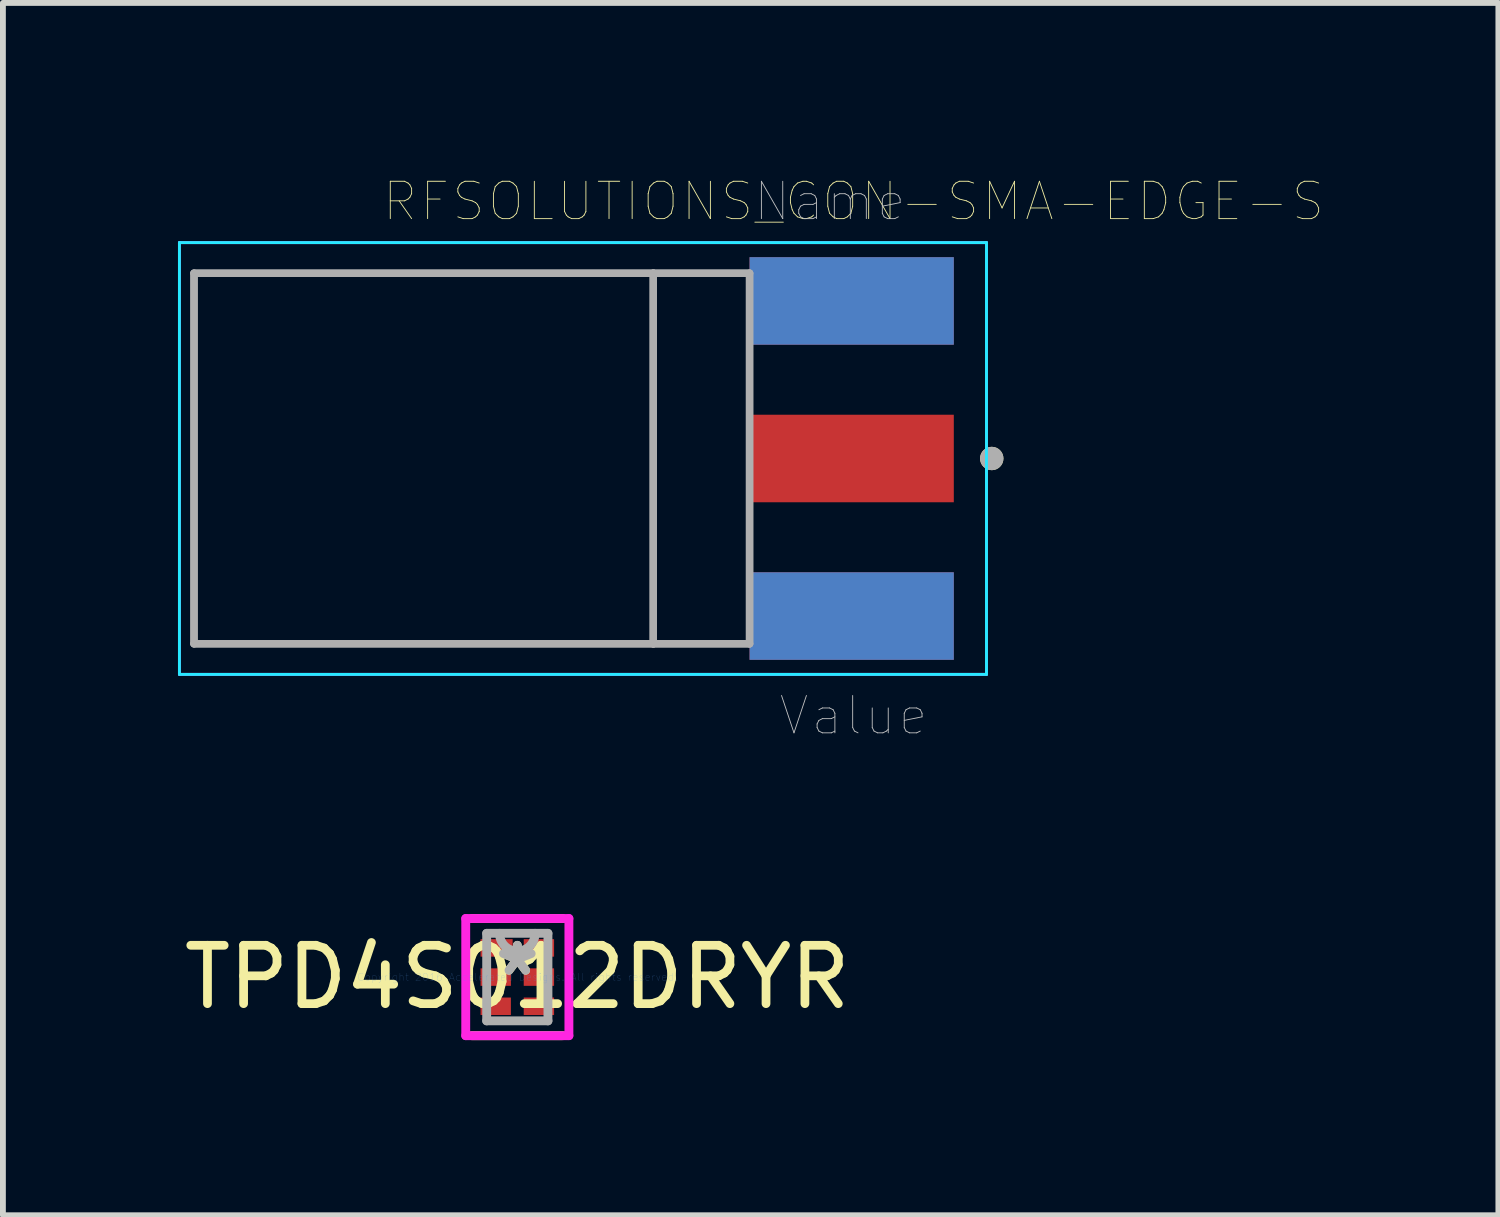
<source format=kicad_pcb>
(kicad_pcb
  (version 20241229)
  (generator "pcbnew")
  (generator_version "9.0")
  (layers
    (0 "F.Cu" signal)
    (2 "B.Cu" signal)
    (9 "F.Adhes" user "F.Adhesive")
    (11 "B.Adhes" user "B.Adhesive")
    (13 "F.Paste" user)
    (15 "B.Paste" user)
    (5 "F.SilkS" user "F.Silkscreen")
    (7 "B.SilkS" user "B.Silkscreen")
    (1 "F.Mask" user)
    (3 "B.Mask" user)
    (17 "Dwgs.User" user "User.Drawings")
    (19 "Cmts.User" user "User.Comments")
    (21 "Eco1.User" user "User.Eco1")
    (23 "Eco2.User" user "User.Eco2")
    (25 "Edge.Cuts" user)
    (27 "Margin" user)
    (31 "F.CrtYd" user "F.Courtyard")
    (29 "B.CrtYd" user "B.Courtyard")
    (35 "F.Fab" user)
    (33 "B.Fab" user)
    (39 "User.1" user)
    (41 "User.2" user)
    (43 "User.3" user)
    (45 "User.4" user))
  (footprint "TPD4S012DRYR"
    (layer "F.Cu")
    (at 5.815 13.694)
    (property "Reference" "TPD4S012DRYR" (at 0 0 0) (layer "F.SilkS") (effects (font (size 1 1) (thickness 0.15))))
    (attr through_hole)
    (fp_line (start -0.7 -0.72) (end -0.7 -0.28) (stroke (width 0.152) (type solid)) (layer "F.Mask"))
    (fp_line (start -0.7 -0.28) (end -0.04 -0.28) (stroke (width 0.152) (type solid)) (layer "F.Mask"))
    (fp_line (start -0.7 -0.22) (end -0.7 0.22) (stroke (width 0.152) (type solid)) (layer "F.Mask"))
    (fp_line (start -0.7 0.22) (end -0.04 0.22) (stroke (width 0.152) (type solid)) (layer "F.Mask"))
    (fp_line (start -0.7 0.28) (end -0.7 0.72) (stroke (width 0.152) (type solid)) (layer "F.Mask"))
    (fp_line (start -0.7 0.72) (end -0.04 0.72) (stroke (width 0.152) (type solid)) (layer "F.Mask"))
    (fp_line (start -0.04 -0.72) (end -0.7 -0.72) (stroke (width 0.152) (type solid)) (layer "F.Mask"))
    (fp_line (start -0.04 -0.28) (end -0.04 -0.72) (stroke (width 0.152) (type solid)) (layer "F.Mask"))
    (fp_line (start -0.04 -0.22) (end -0.7 -0.22) (stroke (width 0.152) (type solid)) (layer "F.Mask"))
    (fp_line (start -0.04 0.22) (end -0.04 -0.22) (stroke (width 0.152) (type solid)) (layer "F.Mask"))
    (fp_line (start -0.04 0.28) (end -0.7 0.28) (stroke (width 0.152) (type solid)) (layer "F.Mask"))
    (fp_line (start -0.04 0.72) (end -0.04 0.28) (stroke (width 0.152) (type solid)) (layer "F.Mask"))
    (fp_line (start 0.04 -0.72) (end 0.04 -0.28) (stroke (width 0.152) (type solid)) (layer "F.Mask"))
    (fp_line (start 0.04 -0.28) (end 0.7 -0.28) (stroke (width 0.152) (type solid)) (layer "F.Mask"))
    (fp_line (start 0.04 -0.22) (end 0.04 0.22) (stroke (width 0.152) (type solid)) (layer "F.Mask"))
    (fp_line (start 0.04 0.22) (end 0.7 0.22) (stroke (width 0.152) (type solid)) (layer "F.Mask"))
    (fp_line (start 0.04 0.28) (end 0.04 0.72) (stroke (width 0.152) (type solid)) (layer "F.Mask"))
    (fp_line (start 0.04 0.72) (end 0.7 0.72) (stroke (width 0.152) (type solid)) (layer "F.Mask"))
    (fp_line (start 0.7 -0.72) (end 0.04 -0.72) (stroke (width 0.152) (type solid)) (layer "F.Mask"))
    (fp_line (start 0.7 -0.28) (end 0.7 -0.72) (stroke (width 0.152) (type solid)) (layer "F.Mask"))
    (fp_line (start 0.7 -0.22) (end 0.04 -0.22) (stroke (width 0.152) (type solid)) (layer "F.Mask"))
    (fp_line (start 0.7 0.22) (end 0.7 -0.22) (stroke (width 0.152) (type solid)) (layer "F.Mask"))
    (fp_line (start 0.7 0.28) (end 0.04 0.28) (stroke (width 0.152) (type solid)) (layer "F.Mask"))
    (fp_line (start 0.7 0.72) (end 0.7 0.28) (stroke (width 0.152) (type solid)) (layer "F.Mask"))
    (fp_line (start -0.779 1.004) (end 0.779 1.004) (stroke (width 0.152) (type solid)) (layer "F.SilkS"))
    (fp_line (start 0.779 -1.004) (end -0.779 -1.004) (stroke (width 0.152) (type solid)) (layer "F.SilkS"))
    (fp_line (start -0.605 -0.625) (end -0.605 -0.375) (stroke (width 0.152) (type solid)) (layer "F.Paste"))
    (fp_line (start -0.605 -0.375) (end -0.105 -0.375) (stroke (width 0.152) (type solid)) (layer "F.Paste"))
    (fp_line (start -0.605 -0.125) (end -0.605 0.125) (stroke (width 0.152) (type solid)) (layer "F.Paste"))
    (fp_line (start -0.605 0.125) (end -0.135 0.125) (stroke (width 0.152) (type solid)) (layer "F.Paste"))
    (fp_line (start -0.605 0.375) (end -0.605 0.625) (stroke (width 0.152) (type solid)) (layer "F.Paste"))
    (fp_line (start -0.605 0.625) (end -0.135 0.625) (stroke (width 0.152) (type solid)) (layer "F.Paste"))
    (fp_line (start -0.135 -0.125) (end -0.605 -0.125) (stroke (width 0.152) (type solid)) (layer "F.Paste"))
    (fp_line (start -0.135 0.125) (end -0.135 -0.125) (stroke (width 0.152) (type solid)) (layer "F.Paste"))
    (fp_line (start -0.135 0.375) (end -0.605 0.375) (stroke (width 0.152) (type solid)) (layer "F.Paste"))
    (fp_line (start -0.135 0.625) (end -0.135 0.375) (stroke (width 0.152) (type solid)) (layer "F.Paste"))
    (fp_line (start -0.105 -0.625) (end -0.605 -0.625) (stroke (width 0.152) (type solid)) (layer "F.Paste"))
    (fp_line (start -0.105 -0.375) (end -0.105 -0.625) (stroke (width 0.152) (type solid)) (layer "F.Paste"))
    (fp_line (start 0.135 -0.625) (end 0.135 -0.375) (stroke (width 0.152) (type solid)) (layer "F.Paste"))
    (fp_line (start 0.135 -0.375) (end 0.605 -0.375) (stroke (width 0.152) (type solid)) (layer "F.Paste"))
    (fp_line (start 0.135 -0.125) (end 0.135 0.125) (stroke (width 0.152) (type solid)) (layer "F.Paste"))
    (fp_line (start 0.135 0.125) (end 0.605 0.125) (stroke (width 0.152) (type solid)) (layer "F.Paste"))
    (fp_line (start 0.135 0.375) (end 0.135 0.625) (stroke (width 0.152) (type solid)) (layer "F.Paste"))
    (fp_line (start 0.135 0.625) (end 0.605 0.625) (stroke (width 0.152) (type solid)) (layer "F.Paste"))
    (fp_line (start 0.605 -0.625) (end 0.135 -0.625) (stroke (width 0.152) (type solid)) (layer "F.Paste"))
    (fp_line (start 0.605 -0.375) (end 0.605 -0.625) (stroke (width 0.152) (type solid)) (layer "F.Paste"))
    (fp_line (start 0.605 -0.125) (end 0.135 -0.125) (stroke (width 0.152) (type solid)) (layer "F.Paste"))
    (fp_line (start 0.605 0.125) (end 0.605 -0.125) (stroke (width 0.152) (type solid)) (layer "F.Paste"))
    (fp_line (start 0.605 0.375) (end 0.135 0.375) (stroke (width 0.152) (type solid)) (layer "F.Paste"))
    (fp_line (start 0.605 0.625) (end 0.605 0.375) (stroke (width 0.152) (type solid)) (layer "F.Paste"))
    (fp_line (start -0.884 -1.004) (end 0.884 -1.004) (stroke (width 0.152) (type solid)) (layer "F.CrtYd"))
    (fp_line (start -0.884 1.004) (end -0.884 -1.004) (stroke (width 0.152) (type solid)) (layer "F.CrtYd"))
    (fp_line (start 0.884 -1.004) (end 0.884 1.004) (stroke (width 0.152) (type solid)) (layer "F.CrtYd"))
    (fp_line (start 0.884 1.004) (end -0.884 1.004) (stroke (width 0.152) (type solid)) (layer "F.CrtYd"))
    (fp_line (start -0.525 -0.75) (end -0.525 0.75) (stroke (width 0.152) (type solid)) (layer "F.Fab"))
    (fp_line (start -0.525 0.75) (end 0.525 0.75) (stroke (width 0.152) (type solid)) (layer "F.Fab"))
    (fp_line (start 0.525 -0.75) (end -0.525 -0.75) (stroke (width 0.152) (type solid)) (layer "F.Fab"))
    (fp_line (start 0.525 0.75) (end 0.525 -0.75) (stroke (width 0.152) (type solid)) (layer "F.Fab"))
    (fp_arc (start 0.3048 -0.75) (mid 0 -0.4452) (end -0.3048 -0.75) (stroke (width 0.1524) (type solid)) (layer "F.Fab"))
    (fp_text user "*" (at 0 0 0) (layer "F.SilkS") (effects (font (size 1 1) (thickness 0.15))))
    (fp_text user "Copyright 2016 Accelerated Designs. All rights reserved." (at 0 0 0) (layer "Cmts.User") (effects (font (size 0.127 0.127) (thickness 0.002))))
    (fp_text user "*" (at 0 0 0) (layer "F.Fab") (effects (font (size 1 1) (thickness 0.15))))
    (pad "1" smd rect (at -0.355 -0.5) (size 0.55 0.3) (layers "F.Cu" "F.Mask" "F.Paste"))
    (pad "2" smd rect (at -0.37 0) (size 0.52 0.3) (layers "F.Cu" "F.Mask" "F.Paste"))
    (pad "3" smd rect (at -0.37 0.5) (size 0.52 0.3) (layers "F.Cu" "F.Mask" "F.Paste"))
    (pad "4" smd rect (at 0.37 0.5) (size 0.52 0.3) (layers "F.Cu" "F.Mask" "F.Paste"))
    (pad "5" smd rect (at 0.37 0) (size 0.52 0.3) (layers "F.Cu" "F.Mask" "F.Paste"))
    (pad "6" smd rect (at 0.37 -0.5) (size 0.52 0.3) (layers "F.Cu" "F.Mask" "F.Paste")))
  (footprint "RFSOLUTIONS_CON-SMA-EDGE-S"
    (layer "F.Cu")
    (at 11.545 4.807)
    (property "Reference" "RFSOLUTIONS_CON-SMA-EDGE-S" (at 0.032 -4.406 0) (layer "F.SilkS") (effects (font (size 0.64 0.64) (thickness 0.015))))
    (attr through_hole)
    (fp_circle (center 2.4 0) (end 2.5 0) (stroke (width 0.2) (type solid)) (fill no) (layer "F.SilkS"))
    (fp_line (start -11.52 -3.7) (end -11.52 3.7) (stroke (width 0.05) (type solid)) (layer "B.CrtYd"))
    (fp_line (start -11.52 3.7) (end 2.31 3.7) (stroke (width 0.05) (type solid)) (layer "B.CrtYd"))
    (fp_line (start 2.31 -3.7) (end -11.52 -3.7) (stroke (width 0.05) (type solid)) (layer "B.CrtYd"))
    (fp_line (start 2.31 3.7) (end 2.31 -3.7) (stroke (width 0.05) (type solid)) (layer "B.CrtYd"))
    (fp_line (start -11.52 -3.7) (end 2.31 -3.7) (stroke (width 0.05) (type solid)) (layer "F.CrtYd"))
    (fp_line (start -11.52 3.7) (end -11.52 -3.7) (stroke (width 0.05) (type solid)) (layer "F.CrtYd"))
    (fp_line (start 2.31 -3.7) (end 2.31 3.7) (stroke (width 0.05) (type solid)) (layer "F.CrtYd"))
    (fp_line (start 2.31 3.7) (end -11.52 3.7) (stroke (width 0.05) (type solid)) (layer "F.CrtYd"))
    (fp_line (start -11.27 -3.175) (end -11.27 3.175) (stroke (width 0.127) (type solid)) (layer "F.Fab"))
    (fp_line (start -11.27 -3.175) (end -3.4 -3.175) (stroke (width 0.127) (type solid)) (layer "F.Fab"))
    (fp_line (start -11.27 3.175) (end -11.27 -3.175) (stroke (width 0.127) (type solid)) (layer "F.Fab"))
    (fp_line (start -11.27 3.175) (end -3.4 3.175) (stroke (width 0.127) (type solid)) (layer "F.Fab"))
    (fp_line (start -3.4 -3.175) (end -11.27 -3.175) (stroke (width 0.127) (type solid)) (layer "F.Fab"))
    (fp_line (start -3.4 -3.175) (end -3.4 3.175) (stroke (width 0.127) (type solid)) (layer "F.Fab"))
    (fp_line (start -3.4 -3.175) (end -1.75 -3.175) (stroke (width 0.127) (type solid)) (layer "F.Fab"))
    (fp_line (start -3.4 3.175) (end -11.27 3.175) (stroke (width 0.127) (type solid)) (layer "F.Fab"))
    (fp_line (start -3.4 3.175) (end -3.4 -3.175) (stroke (width 0.127) (type solid)) (layer "F.Fab"))
    (fp_line (start -3.4 3.175) (end -1.75 3.175) (stroke (width 0.127) (type solid)) (layer "F.Fab"))
    (fp_line (start -1.75 -3.175) (end -3.4 -3.175) (stroke (width 0.127) (type solid)) (layer "F.Fab"))
    (fp_line (start -1.75 -3.175) (end -1.75 3.175) (stroke (width 0.127) (type solid)) (layer "F.Fab"))
    (fp_line (start -1.75 3.175) (end -3.4 3.175) (stroke (width 0.127) (type solid)) (layer "F.Fab"))
    (fp_line (start -1.75 3.175) (end -1.75 -3.175) (stroke (width 0.127) (type solid)) (layer "F.Fab"))
    (fp_circle (center 2.4 0) (end 2.5 0) (stroke (width 0.2) (type solid)) (fill no) (layer "F.Fab"))
    (fp_text user "Value" (at 0.032 4.406 0) (layer "Dwgs.User") (effects (font (size 0.64 0.64) (thickness 0.015))))
    (fp_text user "Name" (at -0.374 -4.406 0) (layer "Dwgs.User") (effects (font (size 0.64 0.64) (thickness 0.015))))
    (pad "1" smd rect (at 0 0) (size 3.5 1.5) (layers "F.Cu" "F.Mask" "F.Paste"))
    (pad "2" smd rect (at 0 -2.7) (size 3.5 1.5) (layers "F.Cu" "F.Mask" "F.Paste"))
    (pad "2" smd rect (at 0 -2.7) (size 3.5 1.5) (layers "B.Cu" "B.Mask" "B.Paste"))
    (pad "2" smd rect (at 0 2.7) (size 3.5 1.5) (layers "F.Cu" "F.Mask" "F.Paste"))
    (pad "2" smd rect (at 0 2.7) (size 3.5 1.5) (layers "B.Cu" "B.Mask" "B.Paste")))
  (gr_rect
    (start -3 -3)
    (end 22.627 17.775)
    (stroke (width 0.1) (type default))
    (fill no)
    (layer "Edge.Cuts")))
</source>
